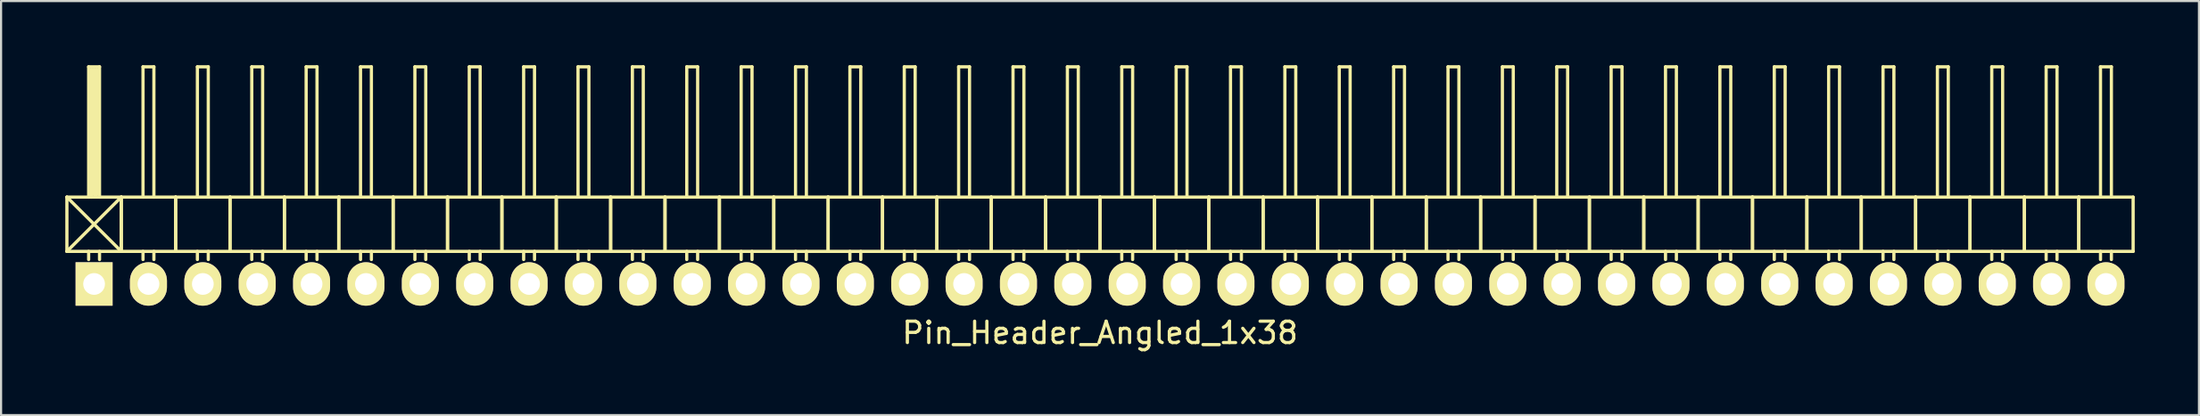
<source format=kicad_pcb>
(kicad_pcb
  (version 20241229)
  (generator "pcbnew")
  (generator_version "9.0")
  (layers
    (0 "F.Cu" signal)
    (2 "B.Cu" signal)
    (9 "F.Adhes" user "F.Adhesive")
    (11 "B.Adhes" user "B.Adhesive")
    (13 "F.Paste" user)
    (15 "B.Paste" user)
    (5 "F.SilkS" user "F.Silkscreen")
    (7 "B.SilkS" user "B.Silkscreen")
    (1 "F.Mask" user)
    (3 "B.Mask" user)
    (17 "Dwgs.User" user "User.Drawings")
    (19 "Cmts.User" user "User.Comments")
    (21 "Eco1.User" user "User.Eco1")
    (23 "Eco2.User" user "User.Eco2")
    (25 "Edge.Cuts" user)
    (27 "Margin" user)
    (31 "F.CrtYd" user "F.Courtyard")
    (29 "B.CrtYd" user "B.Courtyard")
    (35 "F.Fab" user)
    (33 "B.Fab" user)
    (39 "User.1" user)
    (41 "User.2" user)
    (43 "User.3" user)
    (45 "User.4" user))
  (footprint "Pin_Header_Angled_1x38"
    (layer "F.Cu")
    (at 48.335 10.235)
    (property "Reference" "Pin_Header_Angled_1x38" (at 0 2.286 0) (layer "F.SilkS") (effects (font (size 1 1) (thickness 0.15))))
    (attr through_hole)
    (fp_line (start -48.26 -4.064) (end -45.72 -1.524) (stroke (width 0.15) (type solid)) (layer "F.SilkS"))
    (fp_line (start -48.26 -1.524) (end -48.26 -4.064) (stroke (width 0.15) (type solid)) (layer "F.SilkS"))
    (fp_line (start -48.26 -1.524) (end -45.72 -1.524) (stroke (width 0.15) (type solid)) (layer "F.SilkS"))
    (fp_line (start -47.244 -10.16) (end -46.736 -10.16) (stroke (width 0.15) (type solid)) (layer "F.SilkS"))
    (fp_line (start -47.244 -4.064) (end -47.244 -10.16) (stroke (width 0.15) (type solid)) (layer "F.SilkS"))
    (fp_line (start -47.244 -1.524) (end -47.244 -1.143) (stroke (width 0.15) (type solid)) (layer "F.SilkS"))
    (fp_line (start -47.117 -10.033) (end -46.863 -10.033) (stroke (width 0.15) (type solid)) (layer "F.SilkS"))
    (fp_line (start -47.117 -4.064) (end -47.117 -10.033) (stroke (width 0.15) (type solid)) (layer "F.SilkS"))
    (fp_line (start -46.99 -4.191) (end -46.99 -10.033) (stroke (width 0.15) (type solid)) (layer "F.SilkS"))
    (fp_line (start -46.863 -10.033) (end -46.863 -4.191) (stroke (width 0.15) (type solid)) (layer "F.SilkS"))
    (fp_line (start -46.863 -4.191) (end -46.99 -4.191) (stroke (width 0.15) (type solid)) (layer "F.SilkS"))
    (fp_line (start -46.736 -10.16) (end -46.736 -4.064) (stroke (width 0.15) (type solid)) (layer "F.SilkS"))
    (fp_line (start -46.736 -1.524) (end -46.736 -1.143) (stroke (width 0.15) (type solid)) (layer "F.SilkS"))
    (fp_line (start -45.72 -4.064) (end -48.26 -4.064) (stroke (width 0.15) (type solid)) (layer "F.SilkS"))
    (fp_line (start -45.72 -4.064) (end -48.26 -1.524) (stroke (width 0.15) (type solid)) (layer "F.SilkS"))
    (fp_line (start -45.72 -1.524) (end -45.72 -4.064) (stroke (width 0.15) (type solid)) (layer "F.SilkS"))
    (fp_line (start -45.72 -1.524) (end -45.72 -4.064) (stroke (width 0.15) (type solid)) (layer "F.SilkS"))
    (fp_line (start -45.72 -1.524) (end -43.18 -1.524) (stroke (width 0.15) (type solid)) (layer "F.SilkS"))
    (fp_line (start -44.704 -10.16) (end -44.196 -10.16) (stroke (width 0.15) (type solid)) (layer "F.SilkS"))
    (fp_line (start -44.704 -4.064) (end -44.704 -10.16) (stroke (width 0.15) (type solid)) (layer "F.SilkS"))
    (fp_line (start -44.704 -1.524) (end -44.704 -1.143) (stroke (width 0.15) (type solid)) (layer "F.SilkS"))
    (fp_line (start -44.196 -10.16) (end -44.196 -4.064) (stroke (width 0.15) (type solid)) (layer "F.SilkS"))
    (fp_line (start -44.196 -1.524) (end -44.196 -1.143) (stroke (width 0.15) (type solid)) (layer "F.SilkS"))
    (fp_line (start -43.18 -4.064) (end -45.72 -4.064) (stroke (width 0.15) (type solid)) (layer "F.SilkS"))
    (fp_line (start -43.18 -1.524) (end -43.18 -4.064) (stroke (width 0.15) (type solid)) (layer "F.SilkS"))
    (fp_line (start -43.18 -1.524) (end -43.18 -4.064) (stroke (width 0.15) (type solid)) (layer "F.SilkS"))
    (fp_line (start -43.18 -1.524) (end -40.64 -1.524) (stroke (width 0.15) (type solid)) (layer "F.SilkS"))
    (fp_line (start -42.164 -10.16) (end -41.656 -10.16) (stroke (width 0.15) (type solid)) (layer "F.SilkS"))
    (fp_line (start -42.164 -4.064) (end -42.164 -10.16) (stroke (width 0.15) (type solid)) (layer "F.SilkS"))
    (fp_line (start -42.164 -1.524) (end -42.164 -1.143) (stroke (width 0.15) (type solid)) (layer "F.SilkS"))
    (fp_line (start -41.656 -10.16) (end -41.656 -4.064) (stroke (width 0.15) (type solid)) (layer "F.SilkS"))
    (fp_line (start -41.656 -1.524) (end -41.656 -1.143) (stroke (width 0.15) (type solid)) (layer "F.SilkS"))
    (fp_line (start -40.64 -4.064) (end -43.18 -4.064) (stroke (width 0.15) (type solid)) (layer "F.SilkS"))
    (fp_line (start -40.64 -1.524) (end -40.64 -4.064) (stroke (width 0.15) (type solid)) (layer "F.SilkS"))
    (fp_line (start -40.64 -1.524) (end -40.64 -4.064) (stroke (width 0.15) (type solid)) (layer "F.SilkS"))
    (fp_line (start -40.64 -1.524) (end -38.1 -1.524) (stroke (width 0.15) (type solid)) (layer "F.SilkS"))
    (fp_line (start -39.624 -10.16) (end -39.116 -10.16) (stroke (width 0.15) (type solid)) (layer "F.SilkS"))
    (fp_line (start -39.624 -4.064) (end -39.624 -10.16) (stroke (width 0.15) (type solid)) (layer "F.SilkS"))
    (fp_line (start -39.624 -1.524) (end -39.624 -1.143) (stroke (width 0.15) (type solid)) (layer "F.SilkS"))
    (fp_line (start -39.116 -10.16) (end -39.116 -4.064) (stroke (width 0.15) (type solid)) (layer "F.SilkS"))
    (fp_line (start -39.116 -1.524) (end -39.116 -1.143) (stroke (width 0.15) (type solid)) (layer "F.SilkS"))
    (fp_line (start -38.1 -4.064) (end -40.64 -4.064) (stroke (width 0.15) (type solid)) (layer "F.SilkS"))
    (fp_line (start -38.1 -1.524) (end -38.1 -4.064) (stroke (width 0.15) (type solid)) (layer "F.SilkS"))
    (fp_line (start -38.1 -1.524) (end -38.1 -4.064) (stroke (width 0.15) (type solid)) (layer "F.SilkS"))
    (fp_line (start -38.1 -1.524) (end -35.56 -1.524) (stroke (width 0.15) (type solid)) (layer "F.SilkS"))
    (fp_line (start -37.084 -10.16) (end -36.576 -10.16) (stroke (width 0.15) (type solid)) (layer "F.SilkS"))
    (fp_line (start -37.084 -4.064) (end -37.084 -10.16) (stroke (width 0.15) (type solid)) (layer "F.SilkS"))
    (fp_line (start -37.084 -1.524) (end -37.084 -1.143) (stroke (width 0.15) (type solid)) (layer "F.SilkS"))
    (fp_line (start -36.576 -10.16) (end -36.576 -4.064) (stroke (width 0.15) (type solid)) (layer "F.SilkS"))
    (fp_line (start -36.576 -1.524) (end -36.576 -1.143) (stroke (width 0.15) (type solid)) (layer "F.SilkS"))
    (fp_line (start -35.56 -4.064) (end -38.1 -4.064) (stroke (width 0.15) (type solid)) (layer "F.SilkS"))
    (fp_line (start -35.56 -1.524) (end -35.56 -4.064) (stroke (width 0.15) (type solid)) (layer "F.SilkS"))
    (fp_line (start -35.56 -1.524) (end -35.56 -4.064) (stroke (width 0.15) (type solid)) (layer "F.SilkS"))
    (fp_line (start -35.56 -1.524) (end -33.02 -1.524) (stroke (width 0.15) (type solid)) (layer "F.SilkS"))
    (fp_line (start -34.544 -10.16) (end -34.036 -10.16) (stroke (width 0.15) (type solid)) (layer "F.SilkS"))
    (fp_line (start -34.544 -4.064) (end -34.544 -10.16) (stroke (width 0.15) (type solid)) (layer "F.SilkS"))
    (fp_line (start -34.544 -1.524) (end -34.544 -1.143) (stroke (width 0.15) (type solid)) (layer "F.SilkS"))
    (fp_line (start -34.036 -10.16) (end -34.036 -4.064) (stroke (width 0.15) (type solid)) (layer "F.SilkS"))
    (fp_line (start -34.036 -1.524) (end -34.036 -1.143) (stroke (width 0.15) (type solid)) (layer "F.SilkS"))
    (fp_line (start -33.02 -4.064) (end -35.56 -4.064) (stroke (width 0.15) (type solid)) (layer "F.SilkS"))
    (fp_line (start -33.02 -1.524) (end -33.02 -4.064) (stroke (width 0.15) (type solid)) (layer "F.SilkS"))
    (fp_line (start -33.02 -1.524) (end -33.02 -4.064) (stroke (width 0.15) (type solid)) (layer "F.SilkS"))
    (fp_line (start -33.02 -1.524) (end -30.48 -1.524) (stroke (width 0.15) (type solid)) (layer "F.SilkS"))
    (fp_line (start -32.004 -10.16) (end -31.496 -10.16) (stroke (width 0.15) (type solid)) (layer "F.SilkS"))
    (fp_line (start -32.004 -4.064) (end -32.004 -10.16) (stroke (width 0.15) (type solid)) (layer "F.SilkS"))
    (fp_line (start -32.004 -1.524) (end -32.004 -1.143) (stroke (width 0.15) (type solid)) (layer "F.SilkS"))
    (fp_line (start -31.496 -10.16) (end -31.496 -4.064) (stroke (width 0.15) (type solid)) (layer "F.SilkS"))
    (fp_line (start -31.496 -1.524) (end -31.496 -1.143) (stroke (width 0.15) (type solid)) (layer "F.SilkS"))
    (fp_line (start -30.48 -4.064) (end -33.02 -4.064) (stroke (width 0.15) (type solid)) (layer "F.SilkS"))
    (fp_line (start -30.48 -1.524) (end -30.48 -4.064) (stroke (width 0.15) (type solid)) (layer "F.SilkS"))
    (fp_line (start -30.48 -1.524) (end -30.48 -4.064) (stroke (width 0.15) (type solid)) (layer "F.SilkS"))
    (fp_line (start -30.48 -1.524) (end -27.94 -1.524) (stroke (width 0.15) (type solid)) (layer "F.SilkS"))
    (fp_line (start -29.464 -10.16) (end -28.956 -10.16) (stroke (width 0.15) (type solid)) (layer "F.SilkS"))
    (fp_line (start -29.464 -4.064) (end -29.464 -10.16) (stroke (width 0.15) (type solid)) (layer "F.SilkS"))
    (fp_line (start -29.464 -1.524) (end -29.464 -1.143) (stroke (width 0.15) (type solid)) (layer "F.SilkS"))
    (fp_line (start -28.956 -10.16) (end -28.956 -4.064) (stroke (width 0.15) (type solid)) (layer "F.SilkS"))
    (fp_line (start -28.956 -1.524) (end -28.956 -1.143) (stroke (width 0.15) (type solid)) (layer "F.SilkS"))
    (fp_line (start -27.94 -4.064) (end -30.48 -4.064) (stroke (width 0.15) (type solid)) (layer "F.SilkS"))
    (fp_line (start -27.94 -1.524) (end -27.94 -4.064) (stroke (width 0.15) (type solid)) (layer "F.SilkS"))
    (fp_line (start -27.94 -1.524) (end -27.94 -4.064) (stroke (width 0.15) (type solid)) (layer "F.SilkS"))
    (fp_line (start -27.94 -1.524) (end -25.4 -1.524) (stroke (width 0.15) (type solid)) (layer "F.SilkS"))
    (fp_line (start -26.924 -10.16) (end -26.416 -10.16) (stroke (width 0.15) (type solid)) (layer "F.SilkS"))
    (fp_line (start -26.924 -4.064) (end -26.924 -10.16) (stroke (width 0.15) (type solid)) (layer "F.SilkS"))
    (fp_line (start -26.924 -1.524) (end -26.924 -1.143) (stroke (width 0.15) (type solid)) (layer "F.SilkS"))
    (fp_line (start -26.416 -10.16) (end -26.416 -4.064) (stroke (width 0.15) (type solid)) (layer "F.SilkS"))
    (fp_line (start -26.416 -1.524) (end -26.416 -1.143) (stroke (width 0.15) (type solid)) (layer "F.SilkS"))
    (fp_line (start -25.4 -4.064) (end -27.94 -4.064) (stroke (width 0.15) (type solid)) (layer "F.SilkS"))
    (fp_line (start -25.4 -1.524) (end -25.4 -4.064) (stroke (width 0.15) (type solid)) (layer "F.SilkS"))
    (fp_line (start -25.4 -1.524) (end -25.4 -4.064) (stroke (width 0.15) (type solid)) (layer "F.SilkS"))
    (fp_line (start -25.4 -1.524) (end -22.86 -1.524) (stroke (width 0.15) (type solid)) (layer "F.SilkS"))
    (fp_line (start -24.384 -10.16) (end -23.876 -10.16) (stroke (width 0.15) (type solid)) (layer "F.SilkS"))
    (fp_line (start -24.384 -4.064) (end -24.384 -10.16) (stroke (width 0.15) (type solid)) (layer "F.SilkS"))
    (fp_line (start -24.384 -1.524) (end -24.384 -1.143) (stroke (width 0.15) (type solid)) (layer "F.SilkS"))
    (fp_line (start -23.876 -10.16) (end -23.876 -4.064) (stroke (width 0.15) (type solid)) (layer "F.SilkS"))
    (fp_line (start -23.876 -1.524) (end -23.876 -1.143) (stroke (width 0.15) (type solid)) (layer "F.SilkS"))
    (fp_line (start -22.86 -4.064) (end -25.4 -4.064) (stroke (width 0.15) (type solid)) (layer "F.SilkS"))
    (fp_line (start -22.86 -1.524) (end -22.86 -4.064) (stroke (width 0.15) (type solid)) (layer "F.SilkS"))
    (fp_line (start -22.86 -1.524) (end -22.86 -4.064) (stroke (width 0.15) (type solid)) (layer "F.SilkS"))
    (fp_line (start -22.86 -1.524) (end -20.32 -1.524) (stroke (width 0.15) (type solid)) (layer "F.SilkS"))
    (fp_line (start -21.844 -10.16) (end -21.336 -10.16) (stroke (width 0.15) (type solid)) (layer "F.SilkS"))
    (fp_line (start -21.844 -4.064) (end -21.844 -10.16) (stroke (width 0.15) (type solid)) (layer "F.SilkS"))
    (fp_line (start -21.844 -1.524) (end -21.844 -1.143) (stroke (width 0.15) (type solid)) (layer "F.SilkS"))
    (fp_line (start -21.336 -10.16) (end -21.336 -4.064) (stroke (width 0.15) (type solid)) (layer "F.SilkS"))
    (fp_line (start -21.336 -1.524) (end -21.336 -1.143) (stroke (width 0.15) (type solid)) (layer "F.SilkS"))
    (fp_line (start -20.32 -4.064) (end -22.86 -4.064) (stroke (width 0.15) (type solid)) (layer "F.SilkS"))
    (fp_line (start -20.32 -1.524) (end -20.32 -4.064) (stroke (width 0.15) (type solid)) (layer "F.SilkS"))
    (fp_line (start -20.32 -1.524) (end -20.32 -4.064) (stroke (width 0.15) (type solid)) (layer "F.SilkS"))
    (fp_line (start -20.32 -1.524) (end -17.78 -1.524) (stroke (width 0.15) (type solid)) (layer "F.SilkS"))
    (fp_line (start -19.304 -10.16) (end -18.796 -10.16) (stroke (width 0.15) (type solid)) (layer "F.SilkS"))
    (fp_line (start -19.304 -4.064) (end -19.304 -10.16) (stroke (width 0.15) (type solid)) (layer "F.SilkS"))
    (fp_line (start -19.304 -1.524) (end -19.304 -1.143) (stroke (width 0.15) (type solid)) (layer "F.SilkS"))
    (fp_line (start -18.796 -10.16) (end -18.796 -4.064) (stroke (width 0.15) (type solid)) (layer "F.SilkS"))
    (fp_line (start -18.796 -1.524) (end -18.796 -1.143) (stroke (width 0.15) (type solid)) (layer "F.SilkS"))
    (fp_line (start -17.78 -4.064) (end -20.32 -4.064) (stroke (width 0.15) (type solid)) (layer "F.SilkS"))
    (fp_line (start -17.78 -1.524) (end -17.78 -4.064) (stroke (width 0.15) (type solid)) (layer "F.SilkS"))
    (fp_line (start -17.78 -1.524) (end -17.78 -4.064) (stroke (width 0.15) (type solid)) (layer "F.SilkS"))
    (fp_line (start -17.78 -1.524) (end -15.24 -1.524) (stroke (width 0.15) (type solid)) (layer "F.SilkS"))
    (fp_line (start -16.764 -10.16) (end -16.256 -10.16) (stroke (width 0.15) (type solid)) (layer "F.SilkS"))
    (fp_line (start -16.764 -4.064) (end -16.764 -10.16) (stroke (width 0.15) (type solid)) (layer "F.SilkS"))
    (fp_line (start -16.764 -1.524) (end -16.764 -1.143) (stroke (width 0.15) (type solid)) (layer "F.SilkS"))
    (fp_line (start -16.256 -10.16) (end -16.256 -4.064) (stroke (width 0.15) (type solid)) (layer "F.SilkS"))
    (fp_line (start -16.256 -1.524) (end -16.256 -1.143) (stroke (width 0.15) (type solid)) (layer "F.SilkS"))
    (fp_line (start -15.24 -4.064) (end -17.78 -4.064) (stroke (width 0.15) (type solid)) (layer "F.SilkS"))
    (fp_line (start -15.24 -1.524) (end -15.24 -4.064) (stroke (width 0.15) (type solid)) (layer "F.SilkS"))
    (fp_line (start -15.24 -1.524) (end -15.24 -4.064) (stroke (width 0.15) (type solid)) (layer "F.SilkS"))
    (fp_line (start -15.24 -1.524) (end -12.7 -1.524) (stroke (width 0.15) (type solid)) (layer "F.SilkS"))
    (fp_line (start -14.224 -10.16) (end -13.716 -10.16) (stroke (width 0.15) (type solid)) (layer "F.SilkS"))
    (fp_line (start -14.224 -4.064) (end -14.224 -10.16) (stroke (width 0.15) (type solid)) (layer "F.SilkS"))
    (fp_line (start -14.224 -1.524) (end -14.224 -1.143) (stroke (width 0.15) (type solid)) (layer "F.SilkS"))
    (fp_line (start -13.716 -10.16) (end -13.716 -4.064) (stroke (width 0.15) (type solid)) (layer "F.SilkS"))
    (fp_line (start -13.716 -1.524) (end -13.716 -1.143) (stroke (width 0.15) (type solid)) (layer "F.SilkS"))
    (fp_line (start -12.7 -4.064) (end -15.24 -4.064) (stroke (width 0.15) (type solid)) (layer "F.SilkS"))
    (fp_line (start -12.7 -1.524) (end -12.7 -4.064) (stroke (width 0.15) (type solid)) (layer "F.SilkS"))
    (fp_line (start -12.7 -1.524) (end -12.7 -4.064) (stroke (width 0.15) (type solid)) (layer "F.SilkS"))
    (fp_line (start -12.7 -1.524) (end -10.16 -1.524) (stroke (width 0.15) (type solid)) (layer "F.SilkS"))
    (fp_line (start -11.684 -10.16) (end -11.176 -10.16) (stroke (width 0.15) (type solid)) (layer "F.SilkS"))
    (fp_line (start -11.684 -4.064) (end -11.684 -10.16) (stroke (width 0.15) (type solid)) (layer "F.SilkS"))
    (fp_line (start -11.684 -1.524) (end -11.684 -1.143) (stroke (width 0.15) (type solid)) (layer "F.SilkS"))
    (fp_line (start -11.176 -10.16) (end -11.176 -4.064) (stroke (width 0.15) (type solid)) (layer "F.SilkS"))
    (fp_line (start -11.176 -1.524) (end -11.176 -1.143) (stroke (width 0.15) (type solid)) (layer "F.SilkS"))
    (fp_line (start -10.16 -4.064) (end -12.7 -4.064) (stroke (width 0.15) (type solid)) (layer "F.SilkS"))
    (fp_line (start -10.16 -1.524) (end -10.16 -4.064) (stroke (width 0.15) (type solid)) (layer "F.SilkS"))
    (fp_line (start -10.16 -1.524) (end -10.16 -4.064) (stroke (width 0.15) (type solid)) (layer "F.SilkS"))
    (fp_line (start -10.16 -1.524) (end -7.62 -1.524) (stroke (width 0.15) (type solid)) (layer "F.SilkS"))
    (fp_line (start -9.144 -10.16) (end -8.636 -10.16) (stroke (width 0.15) (type solid)) (layer "F.SilkS"))
    (fp_line (start -9.144 -4.064) (end -9.144 -10.16) (stroke (width 0.15) (type solid)) (layer "F.SilkS"))
    (fp_line (start -9.144 -1.524) (end -9.144 -1.143) (stroke (width 0.15) (type solid)) (layer "F.SilkS"))
    (fp_line (start -8.636 -10.16) (end -8.636 -4.064) (stroke (width 0.15) (type solid)) (layer "F.SilkS"))
    (fp_line (start -8.636 -1.524) (end -8.636 -1.143) (stroke (width 0.15) (type solid)) (layer "F.SilkS"))
    (fp_line (start -7.62 -4.064) (end -10.16 -4.064) (stroke (width 0.15) (type solid)) (layer "F.SilkS"))
    (fp_line (start -7.62 -1.524) (end -7.62 -4.064) (stroke (width 0.15) (type solid)) (layer "F.SilkS"))
    (fp_line (start -7.62 -1.524) (end -7.62 -4.064) (stroke (width 0.15) (type solid)) (layer "F.SilkS"))
    (fp_line (start -7.62 -1.524) (end -5.08 -1.524) (stroke (width 0.15) (type solid)) (layer "F.SilkS"))
    (fp_line (start -6.604 -10.16) (end -6.096 -10.16) (stroke (width 0.15) (type solid)) (layer "F.SilkS"))
    (fp_line (start -6.604 -4.064) (end -6.604 -10.16) (stroke (width 0.15) (type solid)) (layer "F.SilkS"))
    (fp_line (start -6.604 -1.524) (end -6.604 -1.143) (stroke (width 0.15) (type solid)) (layer "F.SilkS"))
    (fp_line (start -6.096 -10.16) (end -6.096 -4.064) (stroke (width 0.15) (type solid)) (layer "F.SilkS"))
    (fp_line (start -6.096 -1.524) (end -6.096 -1.143) (stroke (width 0.15) (type solid)) (layer "F.SilkS"))
    (fp_line (start -5.08 -4.064) (end -7.62 -4.064) (stroke (width 0.15) (type solid)) (layer "F.SilkS"))
    (fp_line (start -5.08 -1.524) (end -5.08 -4.064) (stroke (width 0.15) (type solid)) (layer "F.SilkS"))
    (fp_line (start -5.08 -1.524) (end -5.08 -4.064) (stroke (width 0.15) (type solid)) (layer "F.SilkS"))
    (fp_line (start -5.08 -1.524) (end -2.54 -1.524) (stroke (width 0.15) (type solid)) (layer "F.SilkS"))
    (fp_line (start -4.064 -10.16) (end -3.556 -10.16) (stroke (width 0.15) (type solid)) (layer "F.SilkS"))
    (fp_line (start -4.064 -4.064) (end -4.064 -10.16) (stroke (width 0.15) (type solid)) (layer "F.SilkS"))
    (fp_line (start -4.064 -1.524) (end -4.064 -1.143) (stroke (width 0.15) (type solid)) (layer "F.SilkS"))
    (fp_line (start -3.556 -10.16) (end -3.556 -4.064) (stroke (width 0.15) (type solid)) (layer "F.SilkS"))
    (fp_line (start -3.556 -1.524) (end -3.556 -1.143) (stroke (width 0.15) (type solid)) (layer "F.SilkS"))
    (fp_line (start -2.54 -4.064) (end -5.08 -4.064) (stroke (width 0.15) (type solid)) (layer "F.SilkS"))
    (fp_line (start -2.54 -1.524) (end -2.54 -4.064) (stroke (width 0.15) (type solid)) (layer "F.SilkS"))
    (fp_line (start -2.54 -1.524) (end -2.54 -4.064) (stroke (width 0.15) (type solid)) (layer "F.SilkS"))
    (fp_line (start -2.54 -1.524) (end 0 -1.524) (stroke (width 0.15) (type solid)) (layer "F.SilkS"))
    (fp_line (start -1.524 -10.16) (end -1.016 -10.16) (stroke (width 0.15) (type solid)) (layer "F.SilkS"))
    (fp_line (start -1.524 -4.064) (end -1.524 -10.16) (stroke (width 0.15) (type solid)) (layer "F.SilkS"))
    (fp_line (start -1.524 -1.524) (end -1.524 -1.143) (stroke (width 0.15) (type solid)) (layer "F.SilkS"))
    (fp_line (start -1.016 -10.16) (end -1.016 -4.064) (stroke (width 0.15) (type solid)) (layer "F.SilkS"))
    (fp_line (start -1.016 -1.524) (end -1.016 -1.143) (stroke (width 0.15) (type solid)) (layer "F.SilkS"))
    (fp_line (start 0 -4.064) (end -2.54 -4.064) (stroke (width 0.15) (type solid)) (layer "F.SilkS"))
    (fp_line (start 0 -1.524) (end 0 -4.064) (stroke (width 0.15) (type solid)) (layer "F.SilkS"))
    (fp_line (start 0 -1.524) (end 0 -4.064) (stroke (width 0.15) (type solid)) (layer "F.SilkS"))
    (fp_line (start 0 -1.524) (end 2.54 -1.524) (stroke (width 0.15) (type solid)) (layer "F.SilkS"))
    (fp_line (start 1.016 -10.16) (end 1.524 -10.16) (stroke (width 0.15) (type solid)) (layer "F.SilkS"))
    (fp_line (start 1.016 -4.064) (end 1.016 -10.16) (stroke (width 0.15) (type solid)) (layer "F.SilkS"))
    (fp_line (start 1.016 -1.524) (end 1.016 -1.143) (stroke (width 0.15) (type solid)) (layer "F.SilkS"))
    (fp_line (start 1.524 -10.16) (end 1.524 -4.064) (stroke (width 0.15) (type solid)) (layer "F.SilkS"))
    (fp_line (start 1.524 -1.524) (end 1.524 -1.143) (stroke (width 0.15) (type solid)) (layer "F.SilkS"))
    (fp_line (start 2.54 -4.064) (end 0 -4.064) (stroke (width 0.15) (type solid)) (layer "F.SilkS"))
    (fp_line (start 2.54 -1.524) (end 2.54 -4.064) (stroke (width 0.15) (type solid)) (layer "F.SilkS"))
    (fp_line (start 2.54 -1.524) (end 2.54 -4.064) (stroke (width 0.15) (type solid)) (layer "F.SilkS"))
    (fp_line (start 2.54 -1.524) (end 5.08 -1.524) (stroke (width 0.15) (type solid)) (layer "F.SilkS"))
    (fp_line (start 3.556 -10.16) (end 4.064 -10.16) (stroke (width 0.15) (type solid)) (layer "F.SilkS"))
    (fp_line (start 3.556 -4.064) (end 3.556 -10.16) (stroke (width 0.15) (type solid)) (layer "F.SilkS"))
    (fp_line (start 3.556 -1.524) (end 3.556 -1.143) (stroke (width 0.15) (type solid)) (layer "F.SilkS"))
    (fp_line (start 4.064 -10.16) (end 4.064 -4.064) (stroke (width 0.15) (type solid)) (layer "F.SilkS"))
    (fp_line (start 4.064 -1.524) (end 4.064 -1.143) (stroke (width 0.15) (type solid)) (layer "F.SilkS"))
    (fp_line (start 5.08 -4.064) (end 2.54 -4.064) (stroke (width 0.15) (type solid)) (layer "F.SilkS"))
    (fp_line (start 5.08 -1.524) (end 5.08 -4.064) (stroke (width 0.15) (type solid)) (layer "F.SilkS"))
    (fp_line (start 5.08 -1.524) (end 5.08 -4.064) (stroke (width 0.15) (type solid)) (layer "F.SilkS"))
    (fp_line (start 5.08 -1.524) (end 7.62 -1.524) (stroke (width 0.15) (type solid)) (layer "F.SilkS"))
    (fp_line (start 6.096 -10.16) (end 6.604 -10.16) (stroke (width 0.15) (type solid)) (layer "F.SilkS"))
    (fp_line (start 6.096 -4.064) (end 6.096 -10.16) (stroke (width 0.15) (type solid)) (layer "F.SilkS"))
    (fp_line (start 6.096 -1.524) (end 6.096 -1.143) (stroke (width 0.15) (type solid)) (layer "F.SilkS"))
    (fp_line (start 6.604 -10.16) (end 6.604 -4.064) (stroke (width 0.15) (type solid)) (layer "F.SilkS"))
    (fp_line (start 6.604 -1.524) (end 6.604 -1.143) (stroke (width 0.15) (type solid)) (layer "F.SilkS"))
    (fp_line (start 7.62 -4.064) (end 5.08 -4.064) (stroke (width 0.15) (type solid)) (layer "F.SilkS"))
    (fp_line (start 7.62 -1.524) (end 7.62 -4.064) (stroke (width 0.15) (type solid)) (layer "F.SilkS"))
    (fp_line (start 7.62 -1.524) (end 7.62 -4.064) (stroke (width 0.15) (type solid)) (layer "F.SilkS"))
    (fp_line (start 7.62 -1.524) (end 10.16 -1.524) (stroke (width 0.15) (type solid)) (layer "F.SilkS"))
    (fp_line (start 8.636 -10.16) (end 9.144 -10.16) (stroke (width 0.15) (type solid)) (layer "F.SilkS"))
    (fp_line (start 8.636 -4.064) (end 8.636 -10.16) (stroke (width 0.15) (type solid)) (layer "F.SilkS"))
    (fp_line (start 8.636 -1.524) (end 8.636 -1.143) (stroke (width 0.15) (type solid)) (layer "F.SilkS"))
    (fp_line (start 9.144 -10.16) (end 9.144 -4.064) (stroke (width 0.15) (type solid)) (layer "F.SilkS"))
    (fp_line (start 9.144 -1.524) (end 9.144 -1.143) (stroke (width 0.15) (type solid)) (layer "F.SilkS"))
    (fp_line (start 10.16 -4.064) (end 7.62 -4.064) (stroke (width 0.15) (type solid)) (layer "F.SilkS"))
    (fp_line (start 10.16 -1.524) (end 10.16 -4.064) (stroke (width 0.15) (type solid)) (layer "F.SilkS"))
    (fp_line (start 10.16 -1.524) (end 10.16 -4.064) (stroke (width 0.15) (type solid)) (layer "F.SilkS"))
    (fp_line (start 10.16 -1.524) (end 12.7 -1.524) (stroke (width 0.15) (type solid)) (layer "F.SilkS"))
    (fp_line (start 11.176 -10.16) (end 11.684 -10.16) (stroke (width 0.15) (type solid)) (layer "F.SilkS"))
    (fp_line (start 11.176 -4.064) (end 11.176 -10.16) (stroke (width 0.15) (type solid)) (layer "F.SilkS"))
    (fp_line (start 11.176 -1.524) (end 11.176 -1.143) (stroke (width 0.15) (type solid)) (layer "F.SilkS"))
    (fp_line (start 11.684 -10.16) (end 11.684 -4.064) (stroke (width 0.15) (type solid)) (layer "F.SilkS"))
    (fp_line (start 11.684 -1.524) (end 11.684 -1.143) (stroke (width 0.15) (type solid)) (layer "F.SilkS"))
    (fp_line (start 12.7 -4.064) (end 10.16 -4.064) (stroke (width 0.15) (type solid)) (layer "F.SilkS"))
    (fp_line (start 12.7 -1.524) (end 12.7 -4.064) (stroke (width 0.15) (type solid)) (layer "F.SilkS"))
    (fp_line (start 12.7 -1.524) (end 12.7 -4.064) (stroke (width 0.15) (type solid)) (layer "F.SilkS"))
    (fp_line (start 12.7 -1.524) (end 15.24 -1.524) (stroke (width 0.15) (type solid)) (layer "F.SilkS"))
    (fp_line (start 13.716 -10.16) (end 14.224 -10.16) (stroke (width 0.15) (type solid)) (layer "F.SilkS"))
    (fp_line (start 13.716 -4.064) (end 13.716 -10.16) (stroke (width 0.15) (type solid)) (layer "F.SilkS"))
    (fp_line (start 13.716 -1.524) (end 13.716 -1.143) (stroke (width 0.15) (type solid)) (layer "F.SilkS"))
    (fp_line (start 14.224 -10.16) (end 14.224 -4.064) (stroke (width 0.15) (type solid)) (layer "F.SilkS"))
    (fp_line (start 14.224 -1.524) (end 14.224 -1.143) (stroke (width 0.15) (type solid)) (layer "F.SilkS"))
    (fp_line (start 15.24 -4.064) (end 12.7 -4.064) (stroke (width 0.15) (type solid)) (layer "F.SilkS"))
    (fp_line (start 15.24 -1.524) (end 15.24 -4.064) (stroke (width 0.15) (type solid)) (layer "F.SilkS"))
    (fp_line (start 15.24 -1.524) (end 15.24 -4.064) (stroke (width 0.15) (type solid)) (layer "F.SilkS"))
    (fp_line (start 15.24 -1.524) (end 17.78 -1.524) (stroke (width 0.15) (type solid)) (layer "F.SilkS"))
    (fp_line (start 16.256 -10.16) (end 16.764 -10.16) (stroke (width 0.15) (type solid)) (layer "F.SilkS"))
    (fp_line (start 16.256 -4.064) (end 16.256 -10.16) (stroke (width 0.15) (type solid)) (layer "F.SilkS"))
    (fp_line (start 16.256 -1.524) (end 16.256 -1.143) (stroke (width 0.15) (type solid)) (layer "F.SilkS"))
    (fp_line (start 16.764 -10.16) (end 16.764 -4.064) (stroke (width 0.15) (type solid)) (layer "F.SilkS"))
    (fp_line (start 16.764 -1.524) (end 16.764 -1.143) (stroke (width 0.15) (type solid)) (layer "F.SilkS"))
    (fp_line (start 17.78 -4.064) (end 15.24 -4.064) (stroke (width 0.15) (type solid)) (layer "F.SilkS"))
    (fp_line (start 17.78 -1.524) (end 17.78 -4.064) (stroke (width 0.15) (type solid)) (layer "F.SilkS"))
    (fp_line (start 17.78 -1.524) (end 17.78 -4.064) (stroke (width 0.15) (type solid)) (layer "F.SilkS"))
    (fp_line (start 17.78 -1.524) (end 20.32 -1.524) (stroke (width 0.15) (type solid)) (layer "F.SilkS"))
    (fp_line (start 18.796 -10.16) (end 19.304 -10.16) (stroke (width 0.15) (type solid)) (layer "F.SilkS"))
    (fp_line (start 18.796 -4.064) (end 18.796 -10.16) (stroke (width 0.15) (type solid)) (layer "F.SilkS"))
    (fp_line (start 18.796 -1.524) (end 18.796 -1.143) (stroke (width 0.15) (type solid)) (layer "F.SilkS"))
    (fp_line (start 19.304 -10.16) (end 19.304 -4.064) (stroke (width 0.15) (type solid)) (layer "F.SilkS"))
    (fp_line (start 19.304 -1.524) (end 19.304 -1.143) (stroke (width 0.15) (type solid)) (layer "F.SilkS"))
    (fp_line (start 20.32 -4.064) (end 17.78 -4.064) (stroke (width 0.15) (type solid)) (layer "F.SilkS"))
    (fp_line (start 20.32 -1.524) (end 20.32 -4.064) (stroke (width 0.15) (type solid)) (layer "F.SilkS"))
    (fp_line (start 20.32 -1.524) (end 20.32 -4.064) (stroke (width 0.15) (type solid)) (layer "F.SilkS"))
    (fp_line (start 20.32 -1.524) (end 22.86 -1.524) (stroke (width 0.15) (type solid)) (layer "F.SilkS"))
    (fp_line (start 21.336 -10.16) (end 21.844 -10.16) (stroke (width 0.15) (type solid)) (layer "F.SilkS"))
    (fp_line (start 21.336 -4.064) (end 21.336 -10.16) (stroke (width 0.15) (type solid)) (layer "F.SilkS"))
    (fp_line (start 21.336 -1.524) (end 21.336 -1.143) (stroke (width 0.15) (type solid)) (layer "F.SilkS"))
    (fp_line (start 21.844 -10.16) (end 21.844 -4.064) (stroke (width 0.15) (type solid)) (layer "F.SilkS"))
    (fp_line (start 21.844 -1.524) (end 21.844 -1.143) (stroke (width 0.15) (type solid)) (layer "F.SilkS"))
    (fp_line (start 22.86 -4.064) (end 20.32 -4.064) (stroke (width 0.15) (type solid)) (layer "F.SilkS"))
    (fp_line (start 22.86 -1.524) (end 22.86 -4.064) (stroke (width 0.15) (type solid)) (layer "F.SilkS"))
    (fp_line (start 22.86 -1.524) (end 22.86 -4.064) (stroke (width 0.15) (type solid)) (layer "F.SilkS"))
    (fp_line (start 22.86 -1.524) (end 25.4 -1.524) (stroke (width 0.15) (type solid)) (layer "F.SilkS"))
    (fp_line (start 23.876 -10.16) (end 24.384 -10.16) (stroke (width 0.15) (type solid)) (layer "F.SilkS"))
    (fp_line (start 23.876 -4.064) (end 23.876 -10.16) (stroke (width 0.15) (type solid)) (layer "F.SilkS"))
    (fp_line (start 23.876 -1.524) (end 23.876 -1.143) (stroke (width 0.15) (type solid)) (layer "F.SilkS"))
    (fp_line (start 24.384 -10.16) (end 24.384 -4.064) (stroke (width 0.15) (type solid)) (layer "F.SilkS"))
    (fp_line (start 24.384 -1.524) (end 24.384 -1.143) (stroke (width 0.15) (type solid)) (layer "F.SilkS"))
    (fp_line (start 25.4 -4.064) (end 22.86 -4.064) (stroke (width 0.15) (type solid)) (layer "F.SilkS"))
    (fp_line (start 25.4 -1.524) (end 25.4 -4.064) (stroke (width 0.15) (type solid)) (layer "F.SilkS"))
    (fp_line (start 25.4 -1.524) (end 25.4 -4.064) (stroke (width 0.15) (type solid)) (layer "F.SilkS"))
    (fp_line (start 25.4 -1.524) (end 27.94 -1.524) (stroke (width 0.15) (type solid)) (layer "F.SilkS"))
    (fp_line (start 26.416 -10.16) (end 26.924 -10.16) (stroke (width 0.15) (type solid)) (layer "F.SilkS"))
    (fp_line (start 26.416 -4.064) (end 26.416 -10.16) (stroke (width 0.15) (type solid)) (layer "F.SilkS"))
    (fp_line (start 26.416 -1.524) (end 26.416 -1.143) (stroke (width 0.15) (type solid)) (layer "F.SilkS"))
    (fp_line (start 26.924 -10.16) (end 26.924 -4.064) (stroke (width 0.15) (type solid)) (layer "F.SilkS"))
    (fp_line (start 26.924 -1.524) (end 26.924 -1.143) (stroke (width 0.15) (type solid)) (layer "F.SilkS"))
    (fp_line (start 27.94 -4.064) (end 25.4 -4.064) (stroke (width 0.15) (type solid)) (layer "F.SilkS"))
    (fp_line (start 27.94 -1.524) (end 27.94 -4.064) (stroke (width 0.15) (type solid)) (layer "F.SilkS"))
    (fp_line (start 27.94 -1.524) (end 27.94 -4.064) (stroke (width 0.15) (type solid)) (layer "F.SilkS"))
    (fp_line (start 27.94 -1.524) (end 30.48 -1.524) (stroke (width 0.15) (type solid)) (layer "F.SilkS"))
    (fp_line (start 28.956 -10.16) (end 29.464 -10.16) (stroke (width 0.15) (type solid)) (layer "F.SilkS"))
    (fp_line (start 28.956 -4.064) (end 28.956 -10.16) (stroke (width 0.15) (type solid)) (layer "F.SilkS"))
    (fp_line (start 28.956 -1.524) (end 28.956 -1.143) (stroke (width 0.15) (type solid)) (layer "F.SilkS"))
    (fp_line (start 29.464 -10.16) (end 29.464 -4.064) (stroke (width 0.15) (type solid)) (layer "F.SilkS"))
    (fp_line (start 29.464 -1.524) (end 29.464 -1.143) (stroke (width 0.15) (type solid)) (layer "F.SilkS"))
    (fp_line (start 30.48 -4.064) (end 27.94 -4.064) (stroke (width 0.15) (type solid)) (layer "F.SilkS"))
    (fp_line (start 30.48 -1.524) (end 30.48 -4.064) (stroke (width 0.15) (type solid)) (layer "F.SilkS"))
    (fp_line (start 30.48 -1.524) (end 30.48 -4.064) (stroke (width 0.15) (type solid)) (layer "F.SilkS"))
    (fp_line (start 30.48 -1.524) (end 33.02 -1.524) (stroke (width 0.15) (type solid)) (layer "F.SilkS"))
    (fp_line (start 31.496 -10.16) (end 32.004 -10.16) (stroke (width 0.15) (type solid)) (layer "F.SilkS"))
    (fp_line (start 31.496 -4.064) (end 31.496 -10.16) (stroke (width 0.15) (type solid)) (layer "F.SilkS"))
    (fp_line (start 31.496 -1.524) (end 31.496 -1.143) (stroke (width 0.15) (type solid)) (layer "F.SilkS"))
    (fp_line (start 32.004 -10.16) (end 32.004 -4.064) (stroke (width 0.15) (type solid)) (layer "F.SilkS"))
    (fp_line (start 32.004 -1.524) (end 32.004 -1.143) (stroke (width 0.15) (type solid)) (layer "F.SilkS"))
    (fp_line (start 33.02 -4.064) (end 30.48 -4.064) (stroke (width 0.15) (type solid)) (layer "F.SilkS"))
    (fp_line (start 33.02 -1.524) (end 33.02 -4.064) (stroke (width 0.15) (type solid)) (layer "F.SilkS"))
    (fp_line (start 33.02 -1.524) (end 33.02 -4.064) (stroke (width 0.15) (type solid)) (layer "F.SilkS"))
    (fp_line (start 33.02 -1.524) (end 35.56 -1.524) (stroke (width 0.15) (type solid)) (layer "F.SilkS"))
    (fp_line (start 34.036 -10.16) (end 34.544 -10.16) (stroke (width 0.15) (type solid)) (layer "F.SilkS"))
    (fp_line (start 34.036 -4.064) (end 34.036 -10.16) (stroke (width 0.15) (type solid)) (layer "F.SilkS"))
    (fp_line (start 34.036 -1.524) (end 34.036 -1.143) (stroke (width 0.15) (type solid)) (layer "F.SilkS"))
    (fp_line (start 34.544 -10.16) (end 34.544 -4.064) (stroke (width 0.15) (type solid)) (layer "F.SilkS"))
    (fp_line (start 34.544 -1.524) (end 34.544 -1.143) (stroke (width 0.15) (type solid)) (layer "F.SilkS"))
    (fp_line (start 35.56 -4.064) (end 33.02 -4.064) (stroke (width 0.15) (type solid)) (layer "F.SilkS"))
    (fp_line (start 35.56 -1.524) (end 35.56 -4.064) (stroke (width 0.15) (type solid)) (layer "F.SilkS"))
    (fp_line (start 35.56 -1.524) (end 35.56 -4.064) (stroke (width 0.15) (type solid)) (layer "F.SilkS"))
    (fp_line (start 35.56 -1.524) (end 38.1 -1.524) (stroke (width 0.15) (type solid)) (layer "F.SilkS"))
    (fp_line (start 36.576 -10.16) (end 37.084 -10.16) (stroke (width 0.15) (type solid)) (layer "F.SilkS"))
    (fp_line (start 36.576 -4.064) (end 36.576 -10.16) (stroke (width 0.15) (type solid)) (layer "F.SilkS"))
    (fp_line (start 36.576 -1.524) (end 36.576 -1.143) (stroke (width 0.15) (type solid)) (layer "F.SilkS"))
    (fp_line (start 37.084 -10.16) (end 37.084 -4.064) (stroke (width 0.15) (type solid)) (layer "F.SilkS"))
    (fp_line (start 37.084 -1.524) (end 37.084 -1.143) (stroke (width 0.15) (type solid)) (layer "F.SilkS"))
    (fp_line (start 38.1 -4.064) (end 35.56 -4.064) (stroke (width 0.15) (type solid)) (layer "F.SilkS"))
    (fp_line (start 38.1 -1.524) (end 38.1 -4.064) (stroke (width 0.15) (type solid)) (layer "F.SilkS"))
    (fp_line (start 38.1 -1.524) (end 38.1 -4.064) (stroke (width 0.15) (type solid)) (layer "F.SilkS"))
    (fp_line (start 38.1 -1.524) (end 40.64 -1.524) (stroke (width 0.15) (type solid)) (layer "F.SilkS"))
    (fp_line (start 39.116 -10.16) (end 39.624 -10.16) (stroke (width 0.15) (type solid)) (layer "F.SilkS"))
    (fp_line (start 39.116 -4.064) (end 39.116 -10.16) (stroke (width 0.15) (type solid)) (layer "F.SilkS"))
    (fp_line (start 39.116 -1.524) (end 39.116 -1.143) (stroke (width 0.15) (type solid)) (layer "F.SilkS"))
    (fp_line (start 39.624 -10.16) (end 39.624 -4.064) (stroke (width 0.15) (type solid)) (layer "F.SilkS"))
    (fp_line (start 39.624 -1.524) (end 39.624 -1.143) (stroke (width 0.15) (type solid)) (layer "F.SilkS"))
    (fp_line (start 40.64 -4.064) (end 38.1 -4.064) (stroke (width 0.15) (type solid)) (layer "F.SilkS"))
    (fp_line (start 40.64 -1.524) (end 40.64 -4.064) (stroke (width 0.15) (type solid)) (layer "F.SilkS"))
    (fp_line (start 40.64 -1.524) (end 40.64 -4.064) (stroke (width 0.15) (type solid)) (layer "F.SilkS"))
    (fp_line (start 40.64 -1.524) (end 43.18 -1.524) (stroke (width 0.15) (type solid)) (layer "F.SilkS"))
    (fp_line (start 41.656 -10.16) (end 42.164 -10.16) (stroke (width 0.15) (type solid)) (layer "F.SilkS"))
    (fp_line (start 41.656 -4.064) (end 41.656 -10.16) (stroke (width 0.15) (type solid)) (layer "F.SilkS"))
    (fp_line (start 41.656 -1.524) (end 41.656 -1.143) (stroke (width 0.15) (type solid)) (layer "F.SilkS"))
    (fp_line (start 42.164 -10.16) (end 42.164 -4.064) (stroke (width 0.15) (type solid)) (layer "F.SilkS"))
    (fp_line (start 42.164 -1.524) (end 42.164 -1.143) (stroke (width 0.15) (type solid)) (layer "F.SilkS"))
    (fp_line (start 43.18 -4.064) (end 40.64 -4.064) (stroke (width 0.15) (type solid)) (layer "F.SilkS"))
    (fp_line (start 43.18 -1.524) (end 43.18 -4.064) (stroke (width 0.15) (type solid)) (layer "F.SilkS"))
    (fp_line (start 43.18 -1.524) (end 43.18 -4.064) (stroke (width 0.15) (type solid)) (layer "F.SilkS"))
    (fp_line (start 43.18 -1.524) (end 45.72 -1.524) (stroke (width 0.15) (type solid)) (layer "F.SilkS"))
    (fp_line (start 44.196 -10.16) (end 44.704 -10.16) (stroke (width 0.15) (type solid)) (layer "F.SilkS"))
    (fp_line (start 44.196 -4.064) (end 44.196 -10.16) (stroke (width 0.15) (type solid)) (layer "F.SilkS"))
    (fp_line (start 44.196 -1.524) (end 44.196 -1.143) (stroke (width 0.15) (type solid)) (layer "F.SilkS"))
    (fp_line (start 44.704 -10.16) (end 44.704 -4.064) (stroke (width 0.15) (type solid)) (layer "F.SilkS"))
    (fp_line (start 44.704 -1.524) (end 44.704 -1.143) (stroke (width 0.15) (type solid)) (layer "F.SilkS"))
    (fp_line (start 45.72 -4.064) (end 43.18 -4.064) (stroke (width 0.15) (type solid)) (layer "F.SilkS"))
    (fp_line (start 45.72 -1.524) (end 45.72 -4.064) (stroke (width 0.15) (type solid)) (layer "F.SilkS"))
    (fp_line (start 45.72 -1.524) (end 45.72 -4.064) (stroke (width 0.15) (type solid)) (layer "F.SilkS"))
    (fp_line (start 45.72 -1.524) (end 48.26 -1.524) (stroke (width 0.15) (type solid)) (layer "F.SilkS"))
    (fp_line (start 46.736 -10.16) (end 47.244 -10.16) (stroke (width 0.15) (type solid)) (layer "F.SilkS"))
    (fp_line (start 46.736 -4.064) (end 46.736 -10.16) (stroke (width 0.15) (type solid)) (layer "F.SilkS"))
    (fp_line (start 46.736 -1.524) (end 46.736 -1.143) (stroke (width 0.15) (type solid)) (layer "F.SilkS"))
    (fp_line (start 47.244 -10.16) (end 47.244 -4.064) (stroke (width 0.15) (type solid)) (layer "F.SilkS"))
    (fp_line (start 47.244 -1.524) (end 47.244 -1.143) (stroke (width 0.15) (type solid)) (layer "F.SilkS"))
    (fp_line (start 48.26 -4.064) (end 45.72 -4.064) (stroke (width 0.15) (type solid)) (layer "F.SilkS"))
    (fp_line (start 48.26 -1.524) (end 48.26 -4.064) (stroke (width 0.15) (type solid)) (layer "F.SilkS"))
    (pad "1" thru_hole rect (at -46.99 0) (size 1.727 2.032) (drill 1.016) (layers "*.Cu" "*.Mask" "F.SilkS"))
    (pad "2" thru_hole oval (at -44.45 0) (size 1.727 2.032) (drill 1.016) (layers "*.Cu" "*.Mask" "F.SilkS"))
    (pad "3" thru_hole oval (at -41.91 0) (size 1.727 2.032) (drill 1.016) (layers "*.Cu" "*.Mask" "F.SilkS"))
    (pad "4" thru_hole oval (at -39.37 0) (size 1.727 2.032) (drill 1.016) (layers "*.Cu" "*.Mask" "F.SilkS"))
    (pad "5" thru_hole oval (at -36.83 0) (size 1.727 2.032) (drill 1.016) (layers "*.Cu" "*.Mask" "F.SilkS"))
    (pad "6" thru_hole oval (at -34.29 0) (size 1.727 2.032) (drill 1.016) (layers "*.Cu" "*.Mask" "F.SilkS"))
    (pad "7" thru_hole oval (at -31.75 0) (size 1.727 2.032) (drill 1.016) (layers "*.Cu" "*.Mask" "F.SilkS"))
    (pad "8" thru_hole oval (at -29.21 0) (size 1.727 2.032) (drill 1.016) (layers "*.Cu" "*.Mask" "F.SilkS"))
    (pad "9" thru_hole oval (at -26.67 0) (size 1.727 2.032) (drill 1.016) (layers "*.Cu" "*.Mask" "F.SilkS"))
    (pad "10" thru_hole oval (at -24.13 0) (size 1.727 2.032) (drill 1.016) (layers "*.Cu" "*.Mask" "F.SilkS"))
    (pad "11" thru_hole oval (at -21.59 0) (size 1.727 2.032) (drill 1.016) (layers "*.Cu" "*.Mask" "F.SilkS"))
    (pad "12" thru_hole oval (at -19.05 0) (size 1.727 2.032) (drill 1.016) (layers "*.Cu" "*.Mask" "F.SilkS"))
    (pad "13" thru_hole oval (at -16.51 0) (size 1.727 2.032) (drill 1.016) (layers "*.Cu" "*.Mask" "F.SilkS"))
    (pad "14" thru_hole oval (at -13.97 0) (size 1.727 2.032) (drill 1.016) (layers "*.Cu" "*.Mask" "F.SilkS"))
    (pad "15" thru_hole oval (at -11.43 0) (size 1.727 2.032) (drill 1.016) (layers "*.Cu" "*.Mask" "F.SilkS"))
    (pad "16" thru_hole oval (at -8.89 0) (size 1.727 2.032) (drill 1.016) (layers "*.Cu" "*.Mask" "F.SilkS"))
    (pad "17" thru_hole oval (at -6.35 0) (size 1.727 2.032) (drill 1.016) (layers "*.Cu" "*.Mask" "F.SilkS"))
    (pad "18" thru_hole oval (at -3.81 0) (size 1.727 2.032) (drill 1.016) (layers "*.Cu" "*.Mask" "F.SilkS"))
    (pad "19" thru_hole oval (at -1.27 0) (size 1.727 2.032) (drill 1.016) (layers "*.Cu" "*.Mask" "F.SilkS"))
    (pad "20" thru_hole oval (at 1.27 0) (size 1.727 2.032) (drill 1.016) (layers "*.Cu" "*.Mask" "F.SilkS"))
    (pad "21" thru_hole oval (at 3.81 0) (size 1.727 2.032) (drill 1.016) (layers "*.Cu" "*.Mask" "F.SilkS"))
    (pad "22" thru_hole oval (at 6.35 0) (size 1.727 2.032) (drill 1.016) (layers "*.Cu" "*.Mask" "F.SilkS"))
    (pad "23" thru_hole oval (at 8.89 0) (size 1.727 2.032) (drill 1.016) (layers "*.Cu" "*.Mask" "F.SilkS"))
    (pad "24" thru_hole oval (at 11.43 0) (size 1.727 2.032) (drill 1.016) (layers "*.Cu" "*.Mask" "F.SilkS"))
    (pad "25" thru_hole oval (at 13.97 0) (size 1.727 2.032) (drill 1.016) (layers "*.Cu" "*.Mask" "F.SilkS"))
    (pad "26" thru_hole oval (at 16.51 0) (size 1.727 2.032) (drill 1.016) (layers "*.Cu" "*.Mask" "F.SilkS"))
    (pad "27" thru_hole oval (at 19.05 0) (size 1.727 2.032) (drill 1.016) (layers "*.Cu" "*.Mask" "F.SilkS"))
    (pad "28" thru_hole oval (at 21.59 0) (size 1.727 2.032) (drill 1.016) (layers "*.Cu" "*.Mask" "F.SilkS"))
    (pad "29" thru_hole oval (at 24.13 0) (size 1.727 2.032) (drill 1.016) (layers "*.Cu" "*.Mask" "F.SilkS"))
    (pad "30" thru_hole oval (at 26.67 0) (size 1.727 2.032) (drill 1.016) (layers "*.Cu" "*.Mask" "F.SilkS"))
    (pad "31" thru_hole oval (at 29.21 0) (size 1.727 2.032) (drill 1.016) (layers "*.Cu" "*.Mask" "F.SilkS"))
    (pad "32" thru_hole oval (at 31.75 0) (size 1.727 2.032) (drill 1.016) (layers "*.Cu" "*.Mask" "F.SilkS"))
    (pad "33" thru_hole oval (at 34.29 0) (size 1.727 2.032) (drill 1.016) (layers "*.Cu" "*.Mask" "F.SilkS"))
    (pad "34" thru_hole oval (at 36.83 0) (size 1.727 2.032) (drill 1.016) (layers "*.Cu" "*.Mask" "F.SilkS"))
    (pad "35" thru_hole oval (at 39.37 0) (size 1.727 2.032) (drill 1.016) (layers "*.Cu" "*.Mask" "F.SilkS"))
    (pad "36" thru_hole oval (at 41.91 0) (size 1.727 2.032) (drill 1.016) (layers "*.Cu" "*.Mask" "F.SilkS"))
    (pad "37" thru_hole oval (at 44.45 0) (size 1.727 2.032) (drill 1.016) (layers "*.Cu" "*.Mask" "F.SilkS"))
    (pad "38" thru_hole oval (at 46.99 0) (size 1.727 2.032) (drill 1.016) (layers "*.Cu" "*.Mask" "F.SilkS")))
  (gr_rect
    (start -3 -3)
    (end 99.67 16.369)
    (stroke (width 0.1) (type default))
    (fill no)
    (layer "Edge.Cuts")))
</source>
